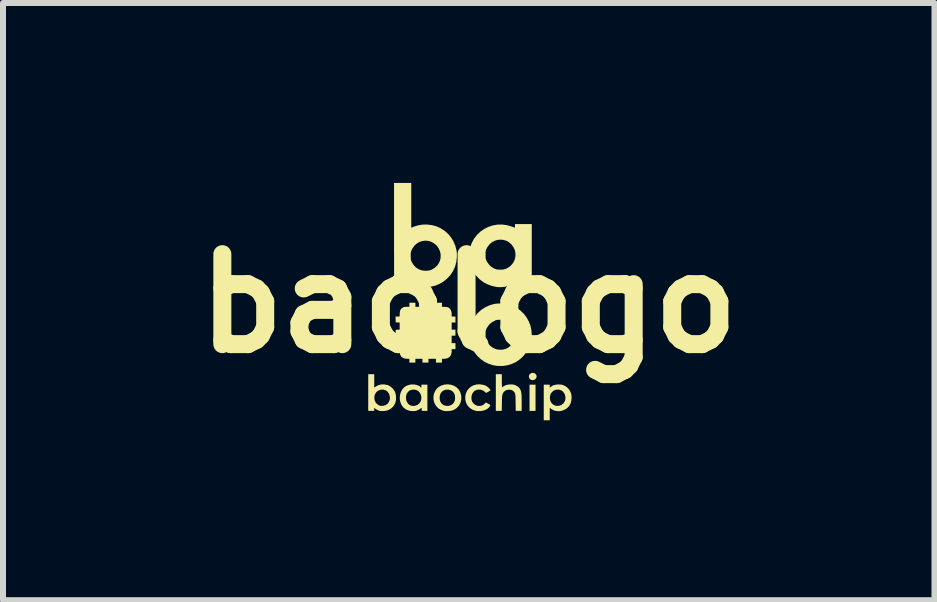
<source format=kicad_pcb>
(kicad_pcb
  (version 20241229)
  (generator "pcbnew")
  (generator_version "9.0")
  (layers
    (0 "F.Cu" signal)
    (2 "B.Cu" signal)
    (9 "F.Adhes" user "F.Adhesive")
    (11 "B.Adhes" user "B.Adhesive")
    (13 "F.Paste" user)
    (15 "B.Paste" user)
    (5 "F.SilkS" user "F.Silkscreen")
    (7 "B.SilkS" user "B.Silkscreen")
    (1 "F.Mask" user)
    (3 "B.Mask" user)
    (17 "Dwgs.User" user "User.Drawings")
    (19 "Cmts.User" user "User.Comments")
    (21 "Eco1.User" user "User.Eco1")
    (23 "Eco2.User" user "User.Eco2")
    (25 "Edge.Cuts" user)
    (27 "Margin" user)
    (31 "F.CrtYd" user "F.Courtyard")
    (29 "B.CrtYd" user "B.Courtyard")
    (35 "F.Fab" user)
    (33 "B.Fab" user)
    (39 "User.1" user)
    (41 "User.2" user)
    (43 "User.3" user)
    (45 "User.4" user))
  (footprint "baologo"
    (layer "F.Cu")
    (at 4.764 2.009)
    (property "Reference" "baologo" (at 0 0 0) (layer "F.SilkS") (effects (font (size 1.5 1.5) (thickness 0.3))))
    (attr board_only exclude_from_pos_files exclude_from_bom)
    (fp_poly (pts (xy 1.114 1.572) (xy 1.114 1.791) (xy 1.064 1.791) (xy 1.014 1.791) (xy 1.014 1.572) (xy 1.014 1.354) (xy 1.064 1.354) (xy 1.114 1.354)) (stroke (width 0) (type solid)) (fill yes) (layer "F.SilkS"))
    (fp_poly (pts (xy 1.085 1.159) (xy 1.107 1.169) (xy 1.123 1.185) (xy 1.132 1.208) (xy 1.132 1.217) (xy 1.127 1.241) (xy 1.112 1.261) (xy 1.091 1.274) (xy 1.066 1.279) (xy 1.041 1.274) (xy 1.033 1.27) (xy 1.014 1.253) (xy 1.004 1.231) (xy 1.004 1.206) (xy 1.015 1.182) (xy 1.017 1.18) (xy 1.038 1.164) (xy 1.061 1.157)) (stroke (width 0) (type solid)) (fill yes) (layer "F.SilkS"))
    (fp_poly (pts (xy -0.303 1.354) (xy -0.29 1.356) (xy -0.24 1.375) (xy -0.197 1.403) (xy -0.164 1.439) (xy -0.14 1.483) (xy -0.126 1.533) (xy -0.124 1.549) (xy -0.124 1.602) (xy -0.136 1.652) (xy -0.158 1.696) (xy -0.19 1.734) (xy -0.23 1.764) (xy -0.263 1.78) (xy -0.292 1.788) (xy -0.328 1.793) (xy -0.365 1.795) (xy -0.399 1.793) (xy -0.421 1.789) (xy -0.466 1.772) (xy -0.502 1.751) (xy -0.526 1.73) (xy -0.556 1.691) (xy -0.576 1.648) (xy -0.587 1.601) (xy -0.587 1.569) (xy -0.485 1.569) (xy -0.482 1.607) (xy -0.47 1.643) (xy -0.449 1.672) (xy -0.445 1.676) (xy -0.415 1.696) (xy -0.38 1.707) (xy -0.343 1.708) (xy -0.307 1.7) (xy -0.282 1.687) (xy -0.253 1.661) (xy -0.236 1.63) (xy -0.227 1.591) (xy -0.227 1.573) (xy -0.231 1.529) (xy -0.246 1.493) (xy -0.27 1.465) (xy -0.303 1.445) (xy -0.304 1.445) (xy -0.339 1.436) (xy -0.377 1.437) (xy -0.412 1.447) (xy -0.442 1.466) (xy -0.445 1.468) (xy -0.467 1.497) (xy -0.48 1.531) (xy -0.485 1.569) (xy -0.587 1.569) (xy -0.588 1.553) (xy -0.579 1.506) (xy -0.561 1.462) (xy -0.534 1.423) (xy -0.505 1.396) (xy -0.461 1.37) (xy -0.41 1.354) (xy -0.357 1.348)) (stroke (width 0) (type solid)) (fill yes) (layer "F.SilkS"))
    (fp_poly (pts (xy -1.575 1.292) (xy -1.575 1.404) (xy -1.549 1.385) (xy -1.509 1.363) (xy -1.463 1.351) (xy -1.414 1.349) (xy -1.363 1.358) (xy -1.341 1.364) (xy -1.309 1.382) (xy -1.277 1.408) (xy -1.249 1.44) (xy -1.229 1.474) (xy -1.226 1.482) (xy -1.215 1.524) (xy -1.211 1.571) (xy -1.214 1.618) (xy -1.225 1.66) (xy -1.225 1.661) (xy -1.249 1.705) (xy -1.281 1.742) (xy -1.322 1.769) (xy -1.369 1.787) (xy -1.419 1.794) (xy -1.453 1.794) (xy -1.481 1.791) (xy -1.491 1.789) (xy -1.526 1.775) (xy -1.552 1.759) (xy -1.561 1.751) (xy -1.575 1.739) (xy -1.575 1.765) (xy -1.575 1.791) (xy -1.625 1.791) (xy -1.675 1.791) (xy -1.675 1.579) (xy -1.574 1.579) (xy -1.567 1.617) (xy -1.552 1.65) (xy -1.53 1.676) (xy -1.501 1.696) (xy -1.469 1.707) (xy -1.433 1.708) (xy -1.395 1.698) (xy -1.381 1.692) (xy -1.351 1.67) (xy -1.329 1.64) (xy -1.316 1.604) (xy -1.313 1.566) (xy -1.321 1.526) (xy -1.33 1.504) (xy -1.352 1.472) (xy -1.38 1.45) (xy -1.416 1.438) (xy -1.429 1.436) (xy -1.47 1.438) (xy -1.506 1.451) (xy -1.536 1.474) (xy -1.558 1.505) (xy -1.57 1.537) (xy -1.574 1.579) (xy -1.675 1.579) (xy -1.675 1.485) (xy -1.675 1.179) (xy -1.625 1.179) (xy -1.575 1.179)) (stroke (width 0) (type solid)) (fill yes) (layer "F.SilkS"))
    (fp_poly (pts (xy 0.552 1.288) (xy 0.552 1.324) (xy 0.553 1.354) (xy 0.555 1.378) (xy 0.556 1.393) (xy 0.558 1.398) (xy 0.566 1.393) (xy 0.57 1.389) (xy 0.58 1.382) (xy 0.597 1.372) (xy 0.61 1.366) (xy 0.631 1.358) (xy 0.652 1.354) (xy 0.678 1.351) (xy 0.699 1.351) (xy 0.728 1.351) (xy 0.748 1.353) (xy 0.765 1.357) (xy 0.783 1.365) (xy 0.793 1.37) (xy 0.824 1.39) (xy 0.847 1.413) (xy 0.858 1.43) (xy 0.866 1.448) (xy 0.872 1.468) (xy 0.877 1.493) (xy 0.88 1.524) (xy 0.882 1.563) (xy 0.883 1.611) (xy 0.883 1.649) (xy 0.883 1.791) (xy 0.834 1.791) (xy 0.784 1.791) (xy 0.782 1.652) (xy 0.781 1.606) (xy 0.78 1.571) (xy 0.779 1.544) (xy 0.778 1.525) (xy 0.775 1.511) (xy 0.772 1.5) (xy 0.768 1.49) (xy 0.767 1.488) (xy 0.747 1.463) (xy 0.72 1.445) (xy 0.687 1.437) (xy 0.652 1.439) (xy 0.631 1.444) (xy 0.604 1.457) (xy 0.584 1.476) (xy 0.569 1.501) (xy 0.565 1.51) (xy 0.561 1.52) (xy 0.559 1.534) (xy 0.557 1.552) (xy 0.555 1.577) (xy 0.554 1.61) (xy 0.553 1.654) (xy 0.553 1.658) (xy 0.551 1.791) (xy 0.502 1.791) (xy 0.452 1.791) (xy 0.452 1.485) (xy 0.452 1.179) (xy 0.502 1.179) (xy 0.552 1.179)) (stroke (width 0) (type solid)) (fill yes) (layer "F.SilkS"))
    (fp_poly (pts (xy -0.908 1.351) (xy -0.865 1.359) (xy -0.827 1.375) (xy -0.803 1.393) (xy -0.789 1.406) (xy -0.789 1.38) (xy -0.789 1.354) (xy -0.739 1.354) (xy -0.689 1.354) (xy -0.689 1.572) (xy -0.689 1.791) (xy -0.736 1.791) (xy -0.783 1.791) (xy -0.783 1.766) (xy -0.784 1.75) (xy -0.786 1.741) (xy -0.787 1.741) (xy -0.793 1.744) (xy -0.806 1.753) (xy -0.813 1.759) (xy -0.85 1.78) (xy -0.893 1.793) (xy -0.939 1.795) (xy -0.987 1.789) (xy -1.008 1.783) (xy -1.054 1.762) (xy -1.09 1.733) (xy -1.118 1.696) (xy -1.138 1.649) (xy -1.142 1.634) (xy -1.15 1.584) (xy -1.149 1.572) (xy -1.046 1.572) (xy -1.041 1.615) (xy -1.027 1.65) (xy -1.004 1.678) (xy -0.976 1.698) (xy -0.942 1.708) (xy -0.906 1.708) (xy -0.867 1.697) (xy -0.857 1.692) (xy -0.827 1.67) (xy -0.806 1.642) (xy -0.793 1.61) (xy -0.789 1.576) (xy -0.792 1.542) (xy -0.803 1.509) (xy -0.821 1.481) (xy -0.845 1.457) (xy -0.877 1.442) (xy -0.904 1.436) (xy -0.946 1.438) (xy -0.982 1.45) (xy -1.011 1.472) (xy -1.032 1.503) (xy -1.044 1.541) (xy -1.046 1.572) (xy -1.149 1.572) (xy -1.147 1.535) (xy -1.135 1.487) (xy -1.115 1.445) (xy -1.087 1.408) (xy -1.052 1.38) (xy -1.041 1.374) (xy -0.999 1.358) (xy -0.953 1.35)) (stroke (width 0) (type solid)) (fill yes) (layer "F.SilkS"))
    (fp_poly (pts (xy 0.236 1.355) (xy 0.256 1.361) (xy 0.283 1.37) (xy 0.304 1.383) (xy 0.325 1.4) (xy 0.332 1.407) (xy 0.348 1.424) (xy 0.359 1.437) (xy 0.365 1.445) (xy 0.365 1.446) (xy 0.36 1.451) (xy 0.346 1.46) (xy 0.328 1.471) (xy 0.327 1.472) (xy 0.289 1.492) (xy 0.269 1.473) (xy 0.238 1.451) (xy 0.202 1.438) (xy 0.165 1.435) (xy 0.128 1.442) (xy 0.096 1.459) (xy 0.085 1.468) (xy 0.064 1.496) (xy 0.05 1.53) (xy 0.045 1.568) (xy 0.047 1.606) (xy 0.059 1.64) (xy 0.06 1.642) (xy 0.084 1.672) (xy 0.114 1.694) (xy 0.149 1.707) (xy 0.186 1.709) (xy 0.223 1.701) (xy 0.231 1.697) (xy 0.25 1.685) (xy 0.267 1.672) (xy 0.272 1.666) (xy 0.285 1.649) (xy 0.325 1.671) (xy 0.345 1.683) (xy 0.356 1.691) (xy 0.36 1.697) (xy 0.358 1.704) (xy 0.356 1.709) (xy 0.334 1.738) (xy 0.303 1.762) (xy 0.264 1.78) (xy 0.221 1.791) (xy 0.192 1.794) (xy 0.162 1.794) (xy 0.132 1.792) (xy 0.112 1.789) (xy 0.061 1.77) (xy 0.018 1.742) (xy -0.016 1.706) (xy -0.041 1.663) (xy -0.055 1.614) (xy -0.058 1.561) (xy -0.057 1.548) (xy -0.047 1.498) (xy -0.026 1.454) (xy 0.003 1.416) (xy 0.04 1.386) (xy 0.083 1.364) (xy 0.131 1.351) (xy 0.182 1.348)) (stroke (width 0) (type solid)) (fill yes) (layer "F.SilkS"))
    (fp_poly (pts (xy 1.527 1.352) (xy 1.549 1.354) (xy 1.569 1.359) (xy 1.59 1.368) (xy 1.593 1.369) (xy 1.635 1.395) (xy 1.67 1.43) (xy 1.696 1.472) (xy 1.701 1.484) (xy 1.712 1.525) (xy 1.715 1.572) (xy 1.711 1.619) (xy 1.7 1.662) (xy 1.7 1.662) (xy 1.678 1.704) (xy 1.647 1.739) (xy 1.609 1.766) (xy 1.566 1.785) (xy 1.521 1.795) (xy 1.474 1.795) (xy 1.429 1.785) (xy 1.386 1.765) (xy 1.382 1.762) (xy 1.351 1.741) (xy 1.351 1.844) (xy 1.351 1.947) (xy 1.301 1.947) (xy 1.251 1.947) (xy 1.251 1.65) (xy 1.251 1.579) (xy 1.353 1.579) (xy 1.359 1.617) (xy 1.374 1.65) (xy 1.396 1.676) (xy 1.425 1.696) (xy 1.458 1.707) (xy 1.494 1.708) (xy 1.531 1.698) (xy 1.545 1.692) (xy 1.575 1.67) (xy 1.597 1.64) (xy 1.61 1.604) (xy 1.613 1.566) (xy 1.606 1.526) (xy 1.596 1.504) (xy 1.574 1.472) (xy 1.546 1.45) (xy 1.511 1.438) (xy 1.497 1.436) (xy 1.456 1.438) (xy 1.42 1.451) (xy 1.39 1.474) (xy 1.368 1.505) (xy 1.357 1.537) (xy 1.353 1.579) (xy 1.251 1.579) (xy 1.251 1.354) (xy 1.301 1.354) (xy 1.351 1.354) (xy 1.351 1.38) (xy 1.351 1.406) (xy 1.365 1.393) (xy 1.396 1.371) (xy 1.435 1.357) (xy 1.482 1.351) (xy 1.497 1.351)) (stroke (width 0) (type solid)) (fill yes) (layer "F.SilkS"))
    (fp_poly (pts (xy 1.051 -0.796) (xy 1.051 -0.268) (xy 0.911 -0.268) (xy 0.771 -0.268) (xy 0.771 -0.296) (xy 0.77 -0.313) (xy 0.767 -0.323) (xy 0.765 -0.324) (xy 0.757 -0.322) (xy 0.741 -0.316) (xy 0.721 -0.309) (xy 0.663 -0.289) (xy 0.6 -0.277) (xy 0.536 -0.271) (xy 0.477 -0.273) (xy 0.468 -0.274) (xy 0.386 -0.292) (xy 0.31 -0.32) (xy 0.241 -0.357) (xy 0.179 -0.405) (xy 0.125 -0.462) (xy 0.079 -0.527) (xy 0.062 -0.558) (xy 0.032 -0.632) (xy 0.013 -0.709) (xy 0.005 -0.786) (xy 0.007 -0.814) (xy 0.281 -0.814) (xy 0.281 -0.782) (xy 0.282 -0.76) (xy 0.285 -0.742) (xy 0.29 -0.726) (xy 0.297 -0.71) (xy 0.318 -0.676) (xy 0.345 -0.641) (xy 0.376 -0.612) (xy 0.401 -0.595) (xy 0.433 -0.578) (xy 0.464 -0.568) (xy 0.499 -0.564) (xy 0.537 -0.563) (xy 0.567 -0.565) (xy 0.589 -0.568) (xy 0.609 -0.574) (xy 0.632 -0.583) (xy 0.635 -0.585) (xy 0.682 -0.613) (xy 0.72 -0.65) (xy 0.75 -0.692) (xy 0.769 -0.738) (xy 0.779 -0.787) (xy 0.779 -0.838) (xy 0.769 -0.888) (xy 0.747 -0.936) (xy 0.715 -0.981) (xy 0.711 -0.986) (xy 0.67 -1.021) (xy 0.624 -1.046) (xy 0.576 -1.06) (xy 0.526 -1.064) (xy 0.477 -1.059) (xy 0.429 -1.043) (xy 0.384 -1.018) (xy 0.345 -0.984) (xy 0.312 -0.94) (xy 0.302 -0.923) (xy 0.292 -0.904) (xy 0.286 -0.889) (xy 0.283 -0.874) (xy 0.281 -0.855) (xy 0.281 -0.828) (xy 0.281 -0.814) (xy 0.007 -0.814) (xy 0.009 -0.863) (xy 0.025 -0.939) (xy 0.052 -1.011) (xy 0.089 -1.08) (xy 0.091 -1.082) (xy 0.14 -1.145) (xy 0.197 -1.199) (xy 0.261 -1.243) (xy 0.329 -1.277) (xy 0.402 -1.301) (xy 0.478 -1.314) (xy 0.555 -1.316) (xy 0.633 -1.306) (xy 0.71 -1.285) (xy 0.724 -1.28) (xy 0.771 -1.262) (xy 0.771 -1.292) (xy 0.771 -1.323) (xy 0.911 -1.323) (xy 1.051 -1.323)) (stroke (width 0) (type solid)) (fill yes) (layer "F.SilkS"))
    (fp_poly (pts (xy 0.566 0.001) (xy 0.616 0.006) (xy 0.65 0.012) (xy 0.727 0.037) (xy 0.798 0.072) (xy 0.862 0.118) (xy 0.919 0.173) (xy 0.962 0.229) (xy 1.001 0.299) (xy 1.03 0.373) (xy 1.046 0.449) (xy 1.051 0.526) (xy 1.045 0.603) (xy 1.027 0.678) (xy 0.998 0.751) (xy 0.963 0.811) (xy 0.913 0.875) (xy 0.856 0.929) (xy 0.792 0.974) (xy 0.722 1.007) (xy 0.647 1.03) (xy 0.568 1.042) (xy 0.485 1.042) (xy 0.473 1.041) (xy 0.398 1.028) (xy 0.327 1.004) (xy 0.26 0.97) (xy 0.198 0.926) (xy 0.143 0.874) (xy 0.096 0.814) (xy 0.058 0.748) (xy 0.029 0.676) (xy 0.013 0.608) (xy 0.006 0.562) (xy 0.004 0.521) (xy 0.004 0.521) (xy 0.281 0.521) (xy 0.281 0.552) (xy 0.282 0.575) (xy 0.285 0.592) (xy 0.29 0.607) (xy 0.298 0.624) (xy 0.298 0.625) (xy 0.328 0.673) (xy 0.366 0.713) (xy 0.41 0.743) (xy 0.458 0.763) (xy 0.51 0.772) (xy 0.564 0.77) (xy 0.618 0.757) (xy 0.623 0.755) (xy 0.657 0.737) (xy 0.693 0.71) (xy 0.696 0.707) (xy 0.734 0.664) (xy 0.761 0.617) (xy 0.776 0.567) (xy 0.781 0.516) (xy 0.774 0.465) (xy 0.756 0.416) (xy 0.728 0.37) (xy 0.696 0.335) (xy 0.662 0.307) (xy 0.628 0.288) (xy 0.591 0.277) (xy 0.547 0.272) (xy 0.527 0.272) (xy 0.498 0.272) (xy 0.477 0.273) (xy 0.46 0.277) (xy 0.442 0.284) (xy 0.42 0.295) (xy 0.371 0.325) (xy 0.332 0.364) (xy 0.3 0.412) (xy 0.298 0.417) (xy 0.29 0.434) (xy 0.285 0.449) (xy 0.282 0.466) (xy 0.281 0.488) (xy 0.281 0.519) (xy 0.281 0.521) (xy 0.004 0.521) (xy 0.006 0.481) (xy 0.013 0.434) (xy 0.013 0.434) (xy 0.032 0.356) (xy 0.063 0.284) (xy 0.103 0.217) (xy 0.152 0.158) (xy 0.21 0.106) (xy 0.275 0.064) (xy 0.346 0.031) (xy 0.421 0.009) (xy 0.464 0.003) (xy 0.514 0.000225)) (stroke (width 0) (type solid)) (fill yes) (layer "F.SilkS"))
    (fp_poly (pts (xy -0.958 -1.635) (xy -0.958 -1.262) (xy -0.916 -1.279) (xy -0.846 -1.302) (xy -0.772 -1.314) (xy -0.696 -1.316) (xy -0.62 -1.307) (xy -0.547 -1.289) (xy -0.479 -1.26) (xy -0.472 -1.256) (xy -0.403 -1.212) (xy -0.344 -1.16) (xy -0.293 -1.099) (xy -0.252 -1.031) (xy -0.222 -0.957) (xy -0.203 -0.882) (xy -0.198 -0.845) (xy -0.197 -0.8) (xy -0.198 -0.766) (xy -0.208 -0.686) (xy -0.229 -0.61) (xy -0.262 -0.539) (xy -0.305 -0.474) (xy -0.356 -0.418) (xy -0.419 -0.366) (xy -0.487 -0.326) (xy -0.56 -0.296) (xy -0.639 -0.278) (xy -0.664 -0.274) (xy -0.732 -0.272) (xy -0.804 -0.279) (xy -0.88 -0.298) (xy -0.947 -0.321) (xy -0.953 -0.322) (xy -0.957 -0.317) (xy -0.958 -0.302) (xy -0.958 -0.297) (xy -0.958 -0.268) (xy -1.097 -0.268) (xy -1.138 -0.268) (xy -1.174 -0.269) (xy -1.204 -0.27) (xy -1.226 -0.271) (xy -1.239 -0.272) (xy -1.241 -0.272) (xy -1.241 -0.279) (xy -1.242 -0.297) (xy -1.242 -0.327) (xy -1.242 -0.367) (xy -1.243 -0.416) (xy -1.243 -0.474) (xy -1.244 -0.541) (xy -1.244 -0.615) (xy -1.244 -0.696) (xy -1.244 -0.782) (xy -1.244 -0.795) (xy -0.967 -0.795) (xy -0.967 -0.792) (xy -0.966 -0.761) (xy -0.965 -0.739) (xy -0.962 -0.722) (xy -0.956 -0.706) (xy -0.95 -0.692) (xy -0.919 -0.642) (xy -0.882 -0.602) (xy -0.837 -0.572) (xy -0.787 -0.553) (xy -0.731 -0.545) (xy -0.708 -0.545) (xy -0.677 -0.547) (xy -0.653 -0.551) (xy -0.631 -0.558) (xy -0.613 -0.566) (xy -0.566 -0.595) (xy -0.527 -0.63) (xy -0.498 -0.672) (xy -0.478 -0.718) (xy -0.468 -0.767) (xy -0.468 -0.818) (xy -0.478 -0.867) (xy -0.499 -0.915) (xy -0.53 -0.96) (xy -0.541 -0.971) (xy -0.583 -1.006) (xy -0.629 -1.03) (xy -0.678 -1.044) (xy -0.728 -1.047) (xy -0.777 -1.04) (xy -0.825 -1.023) (xy -0.868 -0.997) (xy -0.906 -0.962) (xy -0.938 -0.918) (xy -0.947 -0.9) (xy -0.956 -0.88) (xy -0.962 -0.863) (xy -0.965 -0.846) (xy -0.967 -0.825) (xy -0.967 -0.795) (xy -1.244 -0.795) (xy -1.245 -0.875) (xy -1.245 -0.971) (xy -1.245 -1.072) (xy -1.245 -1.143) (xy -1.245 -2.009) (xy -1.101 -2.009) (xy -0.958 -2.009)) (stroke (width 0) (type solid)) (fill yes) (layer "F.SilkS"))
    (fp_poly (pts (xy -0.889 0.022) (xy -0.889 0.056) (xy -0.83 0.056) (xy -0.771 0.056) (xy -0.771 0.022) (xy -0.771 -0.012) (xy -0.721 -0.012) (xy -0.671 -0.012) (xy -0.671 0.022) (xy -0.671 0.056) (xy -0.608 0.056) (xy -0.546 0.056) (xy -0.546 0.022) (xy -0.546 -0.012) (xy -0.496 -0.012) (xy -0.446 -0.012) (xy -0.446 0.021) (xy -0.446 0.055) (xy -0.397 0.057) (xy -0.362 0.06) (xy -0.338 0.068) (xy -0.319 0.081) (xy -0.304 0.102) (xy -0.298 0.112) (xy -0.288 0.139) (xy -0.284 0.17) (xy -0.284 0.179) (xy -0.284 0.218) (xy -0.253 0.218) (xy -0.221 0.218) (xy -0.221 0.268) (xy -0.221 0.318) (xy -0.253 0.318) (xy -0.284 0.318) (xy -0.284 0.377) (xy -0.284 0.437) (xy -0.253 0.437) (xy -0.221 0.437) (xy -0.221 0.487) (xy -0.221 0.537) (xy -0.253 0.537) (xy -0.284 0.537) (xy -0.284 0.599) (xy -0.284 0.661) (xy -0.253 0.661) (xy -0.221 0.661) (xy -0.221 0.711) (xy -0.221 0.761) (xy -0.253 0.761) (xy -0.284 0.761) (xy -0.284 0.797) (xy -0.289 0.839) (xy -0.303 0.873) (xy -0.327 0.898) (xy -0.359 0.915) (xy -0.4 0.923) (xy -0.413 0.923) (xy -0.446 0.923) (xy -0.446 0.955) (xy -0.446 0.986) (xy -0.496 0.986) (xy -0.546 0.986) (xy -0.546 0.955) (xy -0.546 0.923) (xy -0.608 0.923) (xy -0.671 0.923) (xy -0.671 0.955) (xy -0.671 0.986) (xy -0.721 0.986) (xy -0.771 0.986) (xy -0.771 0.955) (xy -0.771 0.923) (xy -0.83 0.923) (xy -0.889 0.923) (xy -0.889 0.955) (xy -0.889 0.986) (xy -0.939 0.986) (xy -0.989 0.986) (xy -0.989 0.955) (xy -0.989 0.923) (xy -1.017 0.923) (xy -1.062 0.919) (xy -1.098 0.907) (xy -1.125 0.886) (xy -1.142 0.856) (xy -1.15 0.818) (xy -1.151 0.799) (xy -1.151 0.762) (xy -1.184 0.76) (xy -1.217 0.758) (xy -1.218 0.71) (xy -1.22 0.661) (xy -1.186 0.661) (xy -1.151 0.661) (xy -1.151 0.599) (xy -1.151 0.537) (xy -1.186 0.537) (xy -1.22 0.537) (xy -1.218 0.488) (xy -1.217 0.44) (xy -1.184 0.438) (xy -1.151 0.436) (xy -1.151 0.377) (xy -1.151 0.319) (xy -1.184 0.317) (xy -1.217 0.315) (xy -1.218 0.267) (xy -1.22 0.218) (xy -1.186 0.218) (xy -1.152 0.218) (xy -1.15 0.169) (xy -1.147 0.135) (xy -1.14 0.111) (xy -1.127 0.091) (xy -1.106 0.074) (xy -1.101 0.07) (xy -1.087 0.062) (xy -1.071 0.058) (xy -1.049 0.056) (xy -1.035 0.056) (xy -0.989 0.056) (xy -0.989 0.022) (xy -0.989 -0.012) (xy -0.939 -0.012) (xy -0.889 -0.012)) (stroke (width 0) (type solid)) (fill yes) (layer "F.SilkS")))
  (gr_rect
    (start -3 -3)
    (end 12.529 6.956)
    (stroke (width 0.1) (type default))
    (fill no)
    (layer "Edge.Cuts")))
</source>
